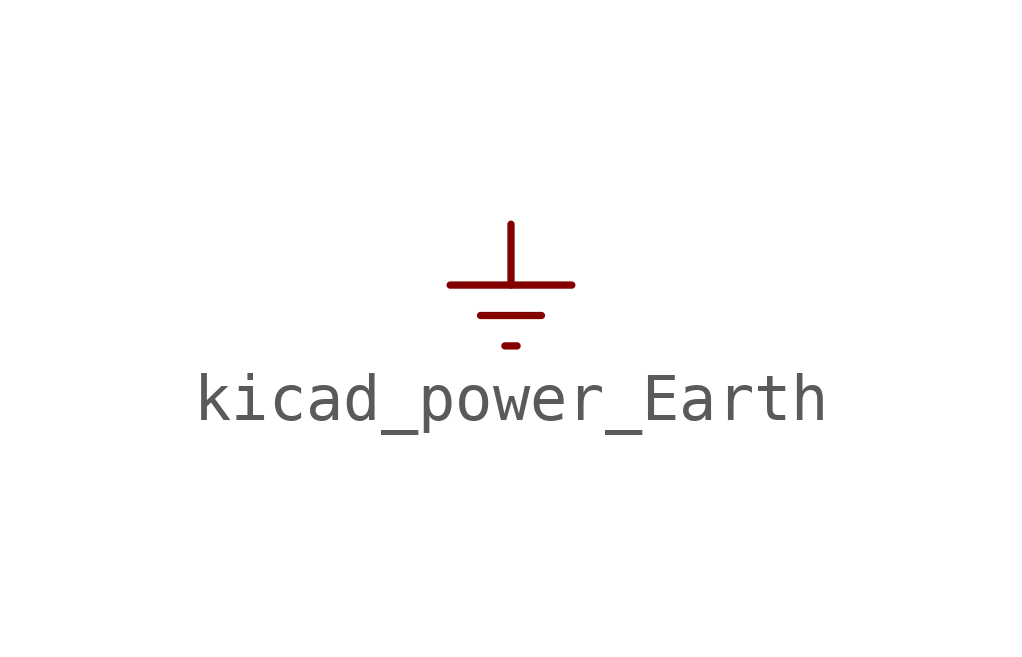
<source format=kicad_sym>
(kicad_symbol_lib
  (version 20220914)
  (generator kicad_symbol_editor)
  (symbol "kicad_power_Earth"
    (power)
    (pin_names
      (offset 0))
    (property "Reference" "#PWR"
      (at 0 -6.35 0)
      (effects (font (size 1.27 1.27)) hide))
    (symbol "kicad_power_Earth_0_1"
      (polyline (pts (xy -0.635 -1.905) (xy 0.635 -1.905)) (stroke (width 0) (type default)) (fill (type none)))
      (polyline (pts (xy -0.127 -2.54) (xy 0.127 -2.54)) (stroke (width 0) (type default)) (fill (type none)))
      (polyline (pts (xy 0 -1.27) (xy 0 0)) (stroke (width 0) (type default)) (fill (type none)))
      (polyline (pts (xy 1.27 -1.27) (xy -1.27 -1.27)) (stroke (width 0) (type default)) (fill (type none))))
    (symbol "kicad_power_Earth_1_1"
      (pin power_in line (at 0 0 270) (length 0) hide (name "Earth" (effects (font (size 1.27 1.27)))) (number "1" (effects (font (size 1.27 1.27))))))))
</source>
